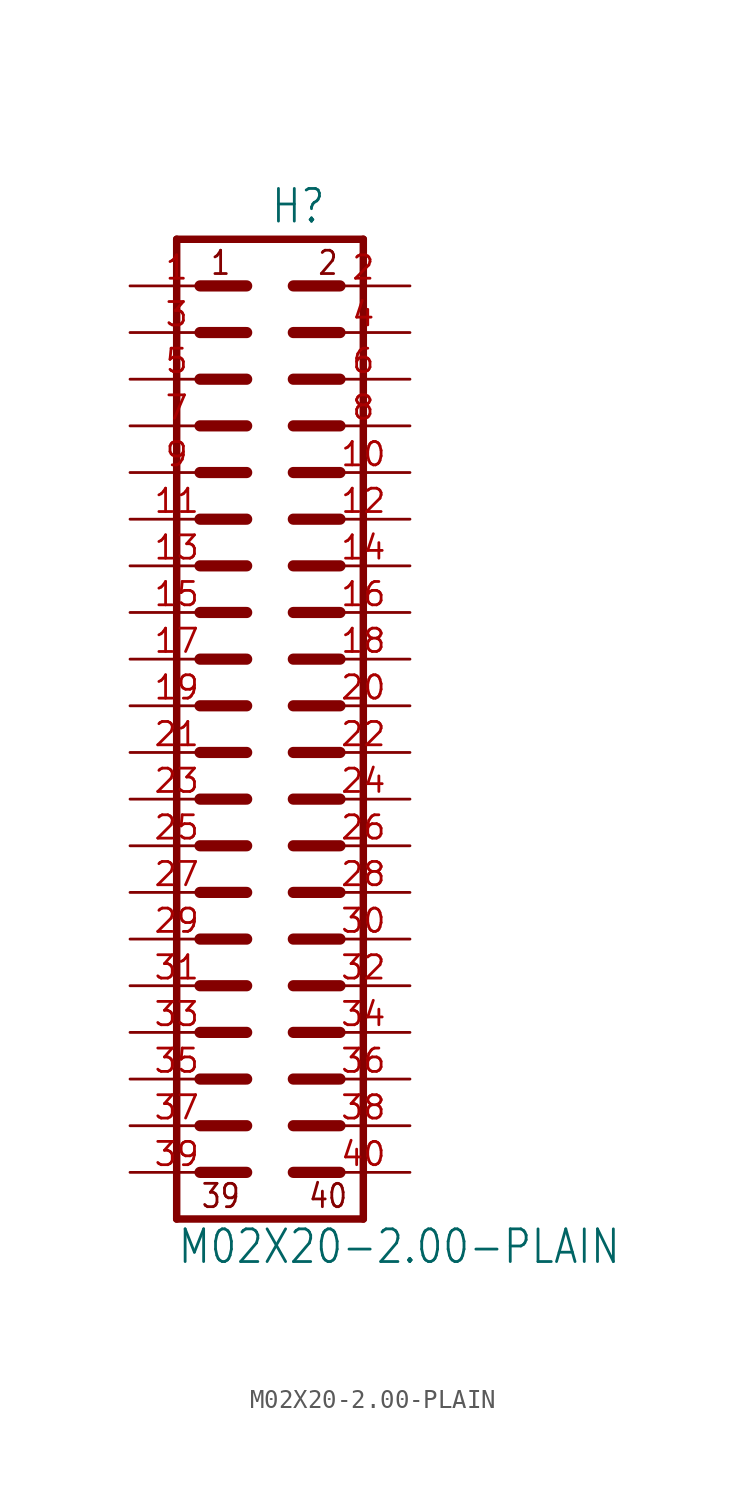
<source format=kicad_sym>
(kicad_symbol_lib
  (version 20211014)
  (generator kicad_symbol_editor)
  (symbol "M02X20-2.00-PLAIN"
    (property "Reference" "H"
      (at 0 26.162 0)
      (effects (font (size 1.778 1.511)) (justify left bottom)))
    (property "Value" "M02X20-2.00-PLAIN"
      (at -5.08 -30.48 0)
      (effects (font (size 1.778 1.511)) (justify left bottom)))
    (property "ki_locked" ""
      (at 0 0 0)
      (effects (font (size 1.27 1.27))))
    (symbol "M02X20-2.00-PLAIN_1_0"
      (polyline (pts (xy -5.08 -27.94) (xy -5.08 25.4)) (stroke (width 0.406) (type default) (color 0 0 0 0)) (fill (type none)))
      (polyline (pts (xy -5.08 25.4) (xy 5.08 25.4)) (stroke (width 0.406) (type default) (color 0 0 0 0)) (fill (type none)))
      (polyline (pts (xy -3.81 -25.4) (xy -1.27 -25.4)) (stroke (width 0.61) (type default) (color 0 0 0 0)) (fill (type none)))
      (polyline (pts (xy -3.81 -22.86) (xy -1.27 -22.86)) (stroke (width 0.61) (type default) (color 0 0 0 0)) (fill (type none)))
      (polyline (pts (xy -3.81 -20.32) (xy -1.27 -20.32)) (stroke (width 0.61) (type default) (color 0 0 0 0)) (fill (type none)))
      (polyline (pts (xy -3.81 -17.78) (xy -1.27 -17.78)) (stroke (width 0.61) (type default) (color 0 0 0 0)) (fill (type none)))
      (polyline (pts (xy -3.81 -15.24) (xy -1.27 -15.24)) (stroke (width 0.61) (type default) (color 0 0 0 0)) (fill (type none)))
      (polyline (pts (xy -3.81 -12.7) (xy -1.27 -12.7)) (stroke (width 0.61) (type default) (color 0 0 0 0)) (fill (type none)))
      (polyline (pts (xy -3.81 -10.16) (xy -1.27 -10.16)) (stroke (width 0.61) (type default) (color 0 0 0 0)) (fill (type none)))
      (polyline (pts (xy -3.81 -7.62) (xy -1.27 -7.62)) (stroke (width 0.61) (type default) (color 0 0 0 0)) (fill (type none)))
      (polyline (pts (xy -3.81 -5.08) (xy -1.27 -5.08)) (stroke (width 0.61) (type default) (color 0 0 0 0)) (fill (type none)))
      (polyline (pts (xy -3.81 -2.54) (xy -1.27 -2.54)) (stroke (width 0.61) (type default) (color 0 0 0 0)) (fill (type none)))
      (polyline (pts (xy -3.81 0) (xy -1.27 0)) (stroke (width 0.61) (type default) (color 0 0 0 0)) (fill (type none)))
      (polyline (pts (xy -3.81 2.54) (xy -1.27 2.54)) (stroke (width 0.61) (type default) (color 0 0 0 0)) (fill (type none)))
      (polyline (pts (xy -3.81 5.08) (xy -1.27 5.08)) (stroke (width 0.61) (type default) (color 0 0 0 0)) (fill (type none)))
      (polyline (pts (xy -3.81 7.62) (xy -1.27 7.62)) (stroke (width 0.61) (type default) (color 0 0 0 0)) (fill (type none)))
      (polyline (pts (xy -3.81 10.16) (xy -1.27 10.16)) (stroke (width 0.61) (type default) (color 0 0 0 0)) (fill (type none)))
      (polyline (pts (xy -3.81 12.7) (xy -1.27 12.7)) (stroke (width 0.61) (type default) (color 0 0 0 0)) (fill (type none)))
      (polyline (pts (xy -3.81 15.24) (xy -1.27 15.24)) (stroke (width 0.61) (type default) (color 0 0 0 0)) (fill (type none)))
      (polyline (pts (xy -3.81 17.78) (xy -1.27 17.78)) (stroke (width 0.61) (type default) (color 0 0 0 0)) (fill (type none)))
      (polyline (pts (xy -3.81 20.32) (xy -1.27 20.32)) (stroke (width 0.61) (type default) (color 0 0 0 0)) (fill (type none)))
      (polyline (pts (xy -3.81 22.86) (xy -1.27 22.86)) (stroke (width 0.61) (type default) (color 0 0 0 0)) (fill (type none)))
      (polyline (pts (xy 1.27 -25.4) (xy 3.81 -25.4)) (stroke (width 0.61) (type default) (color 0 0 0 0)) (fill (type none)))
      (polyline (pts (xy 1.27 -22.86) (xy 3.81 -22.86)) (stroke (width 0.61) (type default) (color 0 0 0 0)) (fill (type none)))
      (polyline (pts (xy 1.27 -20.32) (xy 3.81 -20.32)) (stroke (width 0.61) (type default) (color 0 0 0 0)) (fill (type none)))
      (polyline (pts (xy 1.27 -17.78) (xy 3.81 -17.78)) (stroke (width 0.61) (type default) (color 0 0 0 0)) (fill (type none)))
      (polyline (pts (xy 1.27 -15.24) (xy 3.81 -15.24)) (stroke (width 0.61) (type default) (color 0 0 0 0)) (fill (type none)))
      (polyline (pts (xy 1.27 -12.7) (xy 3.81 -12.7)) (stroke (width 0.61) (type default) (color 0 0 0 0)) (fill (type none)))
      (polyline (pts (xy 1.27 -10.16) (xy 3.81 -10.16)) (stroke (width 0.61) (type default) (color 0 0 0 0)) (fill (type none)))
      (polyline (pts (xy 1.27 -7.62) (xy 3.81 -7.62)) (stroke (width 0.61) (type default) (color 0 0 0 0)) (fill (type none)))
      (polyline (pts (xy 1.27 -5.08) (xy 3.81 -5.08)) (stroke (width 0.61) (type default) (color 0 0 0 0)) (fill (type none)))
      (polyline (pts (xy 1.27 -2.54) (xy 3.81 -2.54)) (stroke (width 0.61) (type default) (color 0 0 0 0)) (fill (type none)))
      (polyline (pts (xy 1.27 0) (xy 3.81 0)) (stroke (width 0.61) (type default) (color 0 0 0 0)) (fill (type none)))
      (polyline (pts (xy 1.27 2.54) (xy 3.81 2.54)) (stroke (width 0.61) (type default) (color 0 0 0 0)) (fill (type none)))
      (polyline (pts (xy 1.27 5.08) (xy 3.81 5.08)) (stroke (width 0.61) (type default) (color 0 0 0 0)) (fill (type none)))
      (polyline (pts (xy 1.27 7.62) (xy 3.81 7.62)) (stroke (width 0.61) (type default) (color 0 0 0 0)) (fill (type none)))
      (polyline (pts (xy 1.27 10.16) (xy 3.81 10.16)) (stroke (width 0.61) (type default) (color 0 0 0 0)) (fill (type none)))
      (polyline (pts (xy 1.27 12.7) (xy 3.81 12.7)) (stroke (width 0.61) (type default) (color 0 0 0 0)) (fill (type none)))
      (polyline (pts (xy 1.27 15.24) (xy 3.81 15.24)) (stroke (width 0.61) (type default) (color 0 0 0 0)) (fill (type none)))
      (polyline (pts (xy 1.27 17.78) (xy 3.81 17.78)) (stroke (width 0.61) (type default) (color 0 0 0 0)) (fill (type none)))
      (polyline (pts (xy 1.27 20.32) (xy 3.81 20.32)) (stroke (width 0.61) (type default) (color 0 0 0 0)) (fill (type none)))
      (polyline (pts (xy 1.27 22.86) (xy 3.81 22.86)) (stroke (width 0.61) (type default) (color 0 0 0 0)) (fill (type none)))
      (polyline (pts (xy 5.08 -27.94) (xy -5.08 -27.94)) (stroke (width 0.406) (type default) (color 0 0 0 0)) (fill (type none)))
      (polyline (pts (xy 5.08 -27.94) (xy 5.08 25.4)) (stroke (width 0.406) (type default) (color 0 0 0 0)) (fill (type none)))
      (text "1" (at -3.302 23.368 0) (effects (font (size 1.27 1.079)) (justify left bottom)))
      (text "2" (at 2.54 23.368 0) (effects (font (size 1.27 1.079)) (justify left bottom)))
      (text "39" (at -3.81 -27.432 0) (effects (font (size 1.27 1.079)) (justify left bottom)))
      (text "40" (at 2.032 -27.432 0) (effects (font (size 1.27 1.079)) (justify left bottom)))
      (pin passive line (at -7.62 22.86 0) (length 5.08) (name "1" (effects (font (size 0 0)))) (number "1" (effects (font (size 1.27 1.27)))))
      (pin passive line (at 7.62 12.7 180) (length 5.08) (name "10" (effects (font (size 0 0)))) (number "10" (effects (font (size 1.27 1.27)))))
      (pin passive line (at -7.62 10.16 0) (length 5.08) (name "11" (effects (font (size 0 0)))) (number "11" (effects (font (size 1.27 1.27)))))
      (pin passive line (at 7.62 10.16 180) (length 5.08) (name "12" (effects (font (size 0 0)))) (number "12" (effects (font (size 1.27 1.27)))))
      (pin passive line (at -7.62 7.62 0) (length 5.08) (name "13" (effects (font (size 0 0)))) (number "13" (effects (font (size 1.27 1.27)))))
      (pin passive line (at 7.62 7.62 180) (length 5.08) (name "14" (effects (font (size 0 0)))) (number "14" (effects (font (size 1.27 1.27)))))
      (pin passive line (at -7.62 5.08 0) (length 5.08) (name "15" (effects (font (size 0 0)))) (number "15" (effects (font (size 1.27 1.27)))))
      (pin passive line (at 7.62 5.08 180) (length 5.08) (name "16" (effects (font (size 0 0)))) (number "16" (effects (font (size 1.27 1.27)))))
      (pin passive line (at -7.62 2.54 0) (length 5.08) (name "17" (effects (font (size 0 0)))) (number "17" (effects (font (size 1.27 1.27)))))
      (pin passive line (at 7.62 2.54 180) (length 5.08) (name "18" (effects (font (size 0 0)))) (number "18" (effects (font (size 1.27 1.27)))))
      (pin passive line (at -7.62 0 0) (length 5.08) (name "19" (effects (font (size 0 0)))) (number "19" (effects (font (size 1.27 1.27)))))
      (pin passive line (at 7.62 22.86 180) (length 5.08) (name "2" (effects (font (size 0 0)))) (number "2" (effects (font (size 1.27 1.27)))))
      (pin passive line (at 7.62 0 180) (length 5.08) (name "20" (effects (font (size 0 0)))) (number "20" (effects (font (size 1.27 1.27)))))
      (pin passive line (at -7.62 -2.54 0) (length 5.08) (name "21" (effects (font (size 0 0)))) (number "21" (effects (font (size 1.27 1.27)))))
      (pin passive line (at 7.62 -2.54 180) (length 5.08) (name "22" (effects (font (size 0 0)))) (number "22" (effects (font (size 1.27 1.27)))))
      (pin passive line (at -7.62 -5.08 0) (length 5.08) (name "23" (effects (font (size 0 0)))) (number "23" (effects (font (size 1.27 1.27)))))
      (pin passive line (at 7.62 -5.08 180) (length 5.08) (name "24" (effects (font (size 0 0)))) (number "24" (effects (font (size 1.27 1.27)))))
      (pin passive line (at -7.62 -7.62 0) (length 5.08) (name "25" (effects (font (size 0 0)))) (number "25" (effects (font (size 1.27 1.27)))))
      (pin passive line (at 7.62 -7.62 180) (length 5.08) (name "26" (effects (font (size 0 0)))) (number "26" (effects (font (size 1.27 1.27)))))
      (pin passive line (at -7.62 -10.16 0) (length 5.08) (name "27" (effects (font (size 0 0)))) (number "27" (effects (font (size 1.27 1.27)))))
      (pin passive line (at 7.62 -10.16 180) (length 5.08) (name "28" (effects (font (size 0 0)))) (number "28" (effects (font (size 1.27 1.27)))))
      (pin passive line (at -7.62 -12.7 0) (length 5.08) (name "29" (effects (font (size 0 0)))) (number "29" (effects (font (size 1.27 1.27)))))
      (pin passive line (at -7.62 20.32 0) (length 5.08) (name "3" (effects (font (size 0 0)))) (number "3" (effects (font (size 1.27 1.27)))))
      (pin passive line (at 7.62 -12.7 180) (length 5.08) (name "30" (effects (font (size 0 0)))) (number "30" (effects (font (size 1.27 1.27)))))
      (pin passive line (at -7.62 -15.24 0) (length 5.08) (name "31" (effects (font (size 0 0)))) (number "31" (effects (font (size 1.27 1.27)))))
      (pin passive line (at 7.62 -15.24 180) (length 5.08) (name "32" (effects (font (size 0 0)))) (number "32" (effects (font (size 1.27 1.27)))))
      (pin passive line (at -7.62 -17.78 0) (length 5.08) (name "33" (effects (font (size 0 0)))) (number "33" (effects (font (size 1.27 1.27)))))
      (pin passive line (at 7.62 -17.78 180) (length 5.08) (name "34" (effects (font (size 0 0)))) (number "34" (effects (font (size 1.27 1.27)))))
      (pin passive line (at -7.62 -20.32 0) (length 5.08) (name "35" (effects (font (size 0 0)))) (number "35" (effects (font (size 1.27 1.27)))))
      (pin passive line (at 7.62 -20.32 180) (length 5.08) (name "36" (effects (font (size 0 0)))) (number "36" (effects (font (size 1.27 1.27)))))
      (pin passive line (at -7.62 -22.86 0) (length 5.08) (name "37" (effects (font (size 0 0)))) (number "37" (effects (font (size 1.27 1.27)))))
      (pin passive line (at 7.62 -22.86 180) (length 5.08) (name "38" (effects (font (size 0 0)))) (number "38" (effects (font (size 1.27 1.27)))))
      (pin passive line (at -7.62 -25.4 0) (length 5.08) (name "39" (effects (font (size 0 0)))) (number "39" (effects (font (size 1.27 1.27)))))
      (pin passive line (at 7.62 20.32 180) (length 5.08) (name "4" (effects (font (size 0 0)))) (number "4" (effects (font (size 1.27 1.27)))))
      (pin passive line (at 7.62 -25.4 180) (length 5.08) (name "40" (effects (font (size 0 0)))) (number "40" (effects (font (size 1.27 1.27)))))
      (pin passive line (at -7.62 17.78 0) (length 5.08) (name "5" (effects (font (size 0 0)))) (number "5" (effects (font (size 1.27 1.27)))))
      (pin passive line (at 7.62 17.78 180) (length 5.08) (name "6" (effects (font (size 0 0)))) (number "6" (effects (font (size 1.27 1.27)))))
      (pin passive line (at -7.62 15.24 0) (length 5.08) (name "7" (effects (font (size 0 0)))) (number "7" (effects (font (size 1.27 1.27)))))
      (pin passive line (at 7.62 15.24 180) (length 5.08) (name "8" (effects (font (size 0 0)))) (number "8" (effects (font (size 1.27 1.27)))))
      (pin passive line (at -7.62 12.7 0) (length 5.08) (name "9" (effects (font (size 0 0)))) (number "9" (effects (font (size 1.27 1.27))))))))
</source>
